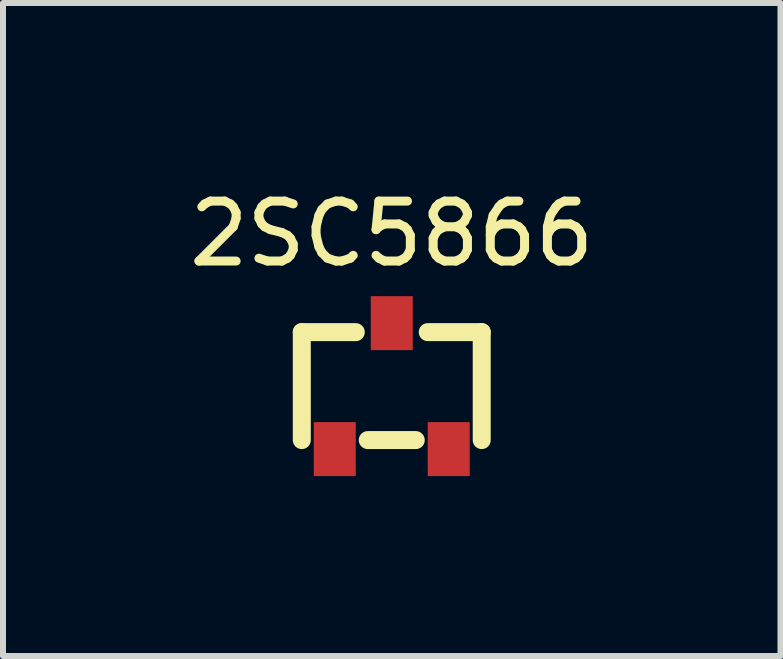
<source format=kicad_pcb>
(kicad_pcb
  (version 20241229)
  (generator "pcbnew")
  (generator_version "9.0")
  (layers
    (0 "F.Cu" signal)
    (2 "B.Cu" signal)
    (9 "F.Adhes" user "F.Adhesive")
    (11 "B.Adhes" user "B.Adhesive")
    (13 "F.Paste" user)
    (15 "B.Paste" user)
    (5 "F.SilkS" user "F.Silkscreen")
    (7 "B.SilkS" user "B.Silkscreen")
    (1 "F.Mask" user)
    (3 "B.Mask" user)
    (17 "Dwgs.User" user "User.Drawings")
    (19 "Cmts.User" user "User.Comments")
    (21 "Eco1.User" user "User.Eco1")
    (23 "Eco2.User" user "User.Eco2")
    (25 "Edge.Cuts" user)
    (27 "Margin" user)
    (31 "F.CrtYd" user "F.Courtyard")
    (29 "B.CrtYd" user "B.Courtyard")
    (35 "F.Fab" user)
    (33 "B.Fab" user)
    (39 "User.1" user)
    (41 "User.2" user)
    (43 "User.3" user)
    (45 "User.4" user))
  (footprint "2SC5866"
    (layer "F.Cu")
    (at 3.482 3.388)
    (property "Reference" "2SC5866" (at 0 -2.54 0) (layer "F.SilkS") (effects (font (size 1 1) (thickness 0.15))))
    (attr smd)
    (fp_line (start -1.5 -0.9) (end -1.5 0.9) (stroke (width 0.3) (type solid)) (layer "F.SilkS"))
    (fp_line (start -0.6 -0.9) (end -1.5 -0.9) (stroke (width 0.3) (type solid)) (layer "F.SilkS"))
    (fp_line (start -0.4 0.9) (end 0.4 0.9) (stroke (width 0.3) (type solid)) (layer "F.SilkS"))
    (fp_line (start 0.6 -0.9) (end 1.5 -0.9) (stroke (width 0.3) (type solid)) (layer "F.SilkS"))
    (fp_line (start 1.5 -0.9) (end 1.5 0.9) (stroke (width 0.3) (type solid)) (layer "F.SilkS"))
    (pad "1" smd rect (at -0.95 1.05) (size 0.7 0.9) (layers "F.Cu" "F.Mask" "F.Paste"))
    (pad "2" smd rect (at 0.95 1.05) (size 0.7 0.9) (layers "F.Cu" "F.Mask" "F.Paste"))
    (pad "3" smd rect (at 0 -1.05) (size 0.7 0.9) (layers "F.Cu" "F.Mask" "F.Paste")))
  (gr_rect
    (start -3 -3)
    (end 9.964 7.888)
    (stroke (width 0.1) (type default))
    (fill no)
    (layer "Edge.Cuts")))
</source>
